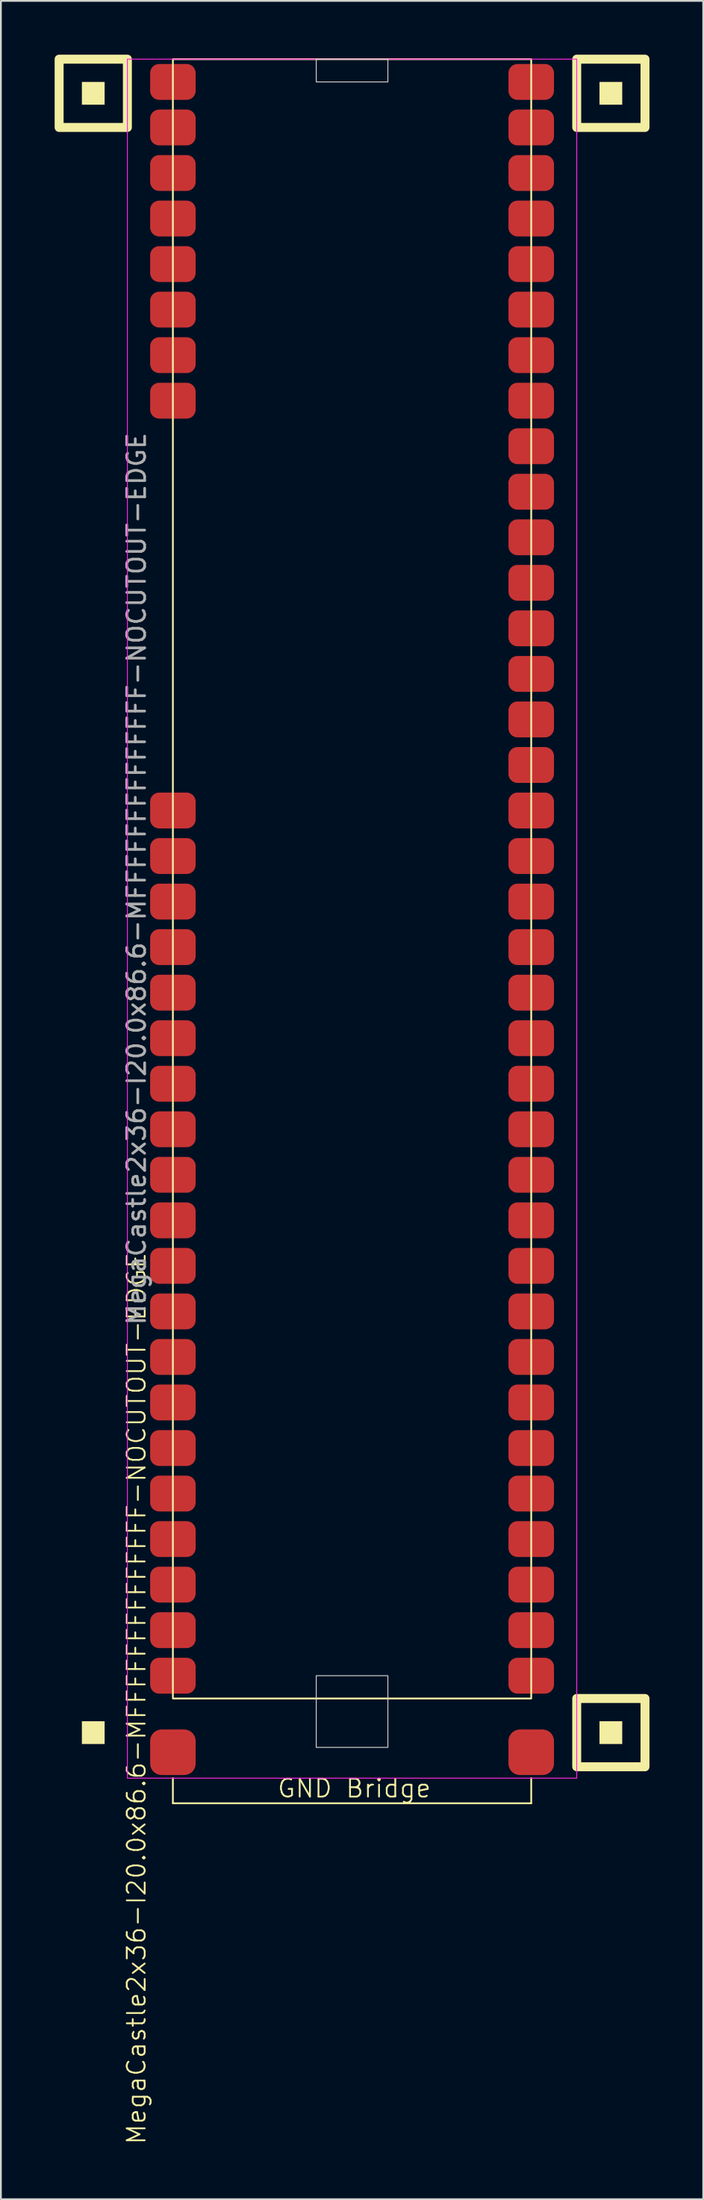
<source format=kicad_pcb>
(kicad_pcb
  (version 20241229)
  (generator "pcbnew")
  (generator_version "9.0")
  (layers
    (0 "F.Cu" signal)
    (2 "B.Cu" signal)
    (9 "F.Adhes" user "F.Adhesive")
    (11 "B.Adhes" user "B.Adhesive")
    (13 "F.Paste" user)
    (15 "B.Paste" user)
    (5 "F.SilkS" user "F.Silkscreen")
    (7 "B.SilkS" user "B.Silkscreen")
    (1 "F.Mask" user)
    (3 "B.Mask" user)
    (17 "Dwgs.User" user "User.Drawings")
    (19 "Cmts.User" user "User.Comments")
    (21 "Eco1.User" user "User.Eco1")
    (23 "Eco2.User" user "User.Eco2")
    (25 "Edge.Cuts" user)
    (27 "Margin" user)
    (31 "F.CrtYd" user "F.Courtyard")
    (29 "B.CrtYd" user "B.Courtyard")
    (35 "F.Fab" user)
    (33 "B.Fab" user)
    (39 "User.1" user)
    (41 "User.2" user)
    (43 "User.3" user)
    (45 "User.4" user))
  (footprint "MegaCastle2x36-I20.0x86.6-MFFFFFFFFFFFFFF-NOCUTOUT-EDGE"
    (layer "F.Cu")
    (at 16.6 45.97)
    (property "Reference" "MegaCastle2x36-I20.0x86.6-MFFFFFFFFFFFFFF-NOCUTOUT-EDGE" (at -12.032 45.72 90) (unlocked yes) (layer "F.SilkS") (effects (font (size 1 1) (thickness 0.1))))
    (attr smd)
    (fp_line (start -10 50.165) (end -10 51.565) (stroke (width 0.1) (type default)) (layer "F.SilkS"))
    (fp_line (start -10 51.565) (end 10 51.565) (stroke (width 0.1) (type default)) (layer "F.SilkS"))
    (fp_line (start 10 50.165) (end 10 51.565) (stroke (width 0.1) (type default)) (layer "F.SilkS"))
    (fp_rect (start -13.81 -43.18) (end -15.08 -44.45) (stroke (width 0) (type solid)) (fill yes) (layer "F.SilkS"))
    (fp_rect (start -13.81 48.26) (end -15.08 46.99) (stroke (width 0) (type solid)) (fill yes) (layer "F.SilkS"))
    (fp_rect (start -12.54 -41.91) (end -16.35 -45.72) (stroke (width 0.5) (type default)) (fill no) (layer "F.SilkS"))
    (fp_rect (start -10 -45.72) (end 10 45.72) (stroke (width 0.1) (type default)) (fill no) (layer "F.SilkS"))
    (fp_rect (start 15.08 -43.18) (end 13.81 -44.45) (stroke (width 0) (type solid)) (fill yes) (layer "F.SilkS"))
    (fp_rect (start 15.08 48.26) (end 13.81 46.99) (stroke (width 0) (type solid)) (fill yes) (layer "F.SilkS"))
    (fp_rect (start 16.35 -41.91) (end 12.54 -45.72) (stroke (width 0.5) (type default)) (fill no) (layer "F.SilkS"))
    (fp_rect (start 16.35 49.53) (end 12.54 45.72) (stroke (width 0.5) (type default)) (fill no) (layer "F.SilkS"))
    (fp_rect (start -2 -44.45) (end 2 -45.72) (stroke (width 0.05) (type default)) (fill no) (layer "Edge.Cuts"))
    (fp_rect (start -2 44.45) (end 2 48.45) (stroke (width 0.05) (type default)) (fill no) (layer "Edge.Cuts"))
    (fp_line (start -12.54 -45.72) (end -12.54 50.165) (stroke (width 0.05) (type default)) (layer "F.CrtYd"))
    (fp_line (start -12.54 50.165) (end 12.54 50.165) (stroke (width 0.05) (type default)) (layer "F.CrtYd"))
    (fp_line (start 12.54 -45.72) (end -12.54 -45.72) (stroke (width 0.05) (type default)) (layer "F.CrtYd"))
    (fp_line (start 12.54 -45.72) (end 12.54 50.165) (stroke (width 0.05) (type default)) (layer "F.CrtYd"))
    (fp_text user "GND Bridge" (at -4.226 51.32 0) (unlocked yes) (layer "F.SilkS") (effects (font (size 1 1) (thickness 0.1)) (justify left bottom)))
    (fp_text user "${REFERENCE}" (at -12.032 0 90) (unlocked yes) (layer "F.Fab") (effects (font (size 1 1) (thickness 0.15))))
    (pad "1" smd roundrect (at -10 -44.45) (size 2.54 2) (layers "F.Cu" "F.Mask" "F.Paste") (roundrect_rratio 0.25))
    (pad "2" smd roundrect (at -10 -41.91) (size 2.54 2) (layers "F.Cu" "F.Mask" "F.Paste") (roundrect_rratio 0.25))
    (pad "3" smd roundrect (at -10 -39.37) (size 2.54 2) (layers "F.Cu" "F.Mask" "F.Paste") (roundrect_rratio 0.25))
    (pad "4" smd roundrect (at -10 -36.83) (size 2.54 2) (layers "F.Cu" "F.Mask" "F.Paste") (roundrect_rratio 0.25))
    (pad "5" smd roundrect (at -10 -34.29) (size 2.54 2) (layers "F.Cu" "F.Mask" "F.Paste") (roundrect_rratio 0.25))
    (pad "6" smd roundrect (at -10 -31.75) (size 2.54 2) (layers "F.Cu" "F.Mask" "F.Paste") (roundrect_rratio 0.25))
    (pad "7" smd roundrect (at -10 -29.21) (size 2.54 2) (layers "F.Cu" "F.Mask" "F.Paste") (roundrect_rratio 0.25))
    (pad "8" smd roundrect (at -10 -26.67) (size 2.54 2) (layers "F.Cu" "F.Mask" "F.Paste") (roundrect_rratio 0.25))
    (pad "17" smd roundrect (at -10 -3.81) (size 2.54 2) (layers "F.Cu" "F.Mask" "F.Paste") (roundrect_rratio 0.25))
    (pad "18" smd roundrect (at -10 -1.27) (size 2.54 2) (layers "F.Cu" "F.Mask" "F.Paste") (roundrect_rratio 0.25))
    (pad "19" smd roundrect (at -10 1.27) (size 2.54 2) (layers "F.Cu" "F.Mask" "F.Paste") (roundrect_rratio 0.25))
    (pad "20" smd roundrect (at -10 3.81) (size 2.54 2) (layers "F.Cu" "F.Mask" "F.Paste") (roundrect_rratio 0.25))
    (pad "21" smd roundrect (at -10 6.35) (size 2.54 2) (layers "F.Cu" "F.Mask" "F.Paste") (roundrect_rratio 0.25))
    (pad "22" smd roundrect (at -10 8.89) (size 2.54 2) (layers "F.Cu" "F.Mask" "F.Paste") (roundrect_rratio 0.25))
    (pad "23" smd roundrect (at -10 11.43) (size 2.54 2) (layers "F.Cu" "F.Mask" "F.Paste") (roundrect_rratio 0.25))
    (pad "24" smd roundrect (at -10 13.97) (size 2.54 2) (layers "F.Cu" "F.Mask" "F.Paste") (roundrect_rratio 0.25))
    (pad "25" smd roundrect (at -10 16.51) (size 2.54 2) (layers "F.Cu" "F.Mask" "F.Paste") (roundrect_rratio 0.25))
    (pad "26" smd roundrect (at -10 19.05) (size 2.54 2) (layers "F.Cu" "F.Mask" "F.Paste") (roundrect_rratio 0.25))
    (pad "27" smd roundrect (at -10 21.59) (size 2.54 2) (layers "F.Cu" "F.Mask" "F.Paste") (roundrect_rratio 0.25))
    (pad "28" smd roundrect (at -10 24.13) (size 2.54 2) (layers "F.Cu" "F.Mask" "F.Paste") (roundrect_rratio 0.25))
    (pad "29" smd roundrect (at -10 26.67) (size 2.54 2) (layers "F.Cu" "F.Mask" "F.Paste") (roundrect_rratio 0.25))
    (pad "30" smd roundrect (at -10 29.21) (size 2.54 2) (layers "F.Cu" "F.Mask" "F.Paste") (roundrect_rratio 0.25))
    (pad "31" smd roundrect (at -10 31.75) (size 2.54 2) (layers "F.Cu" "F.Mask" "F.Paste") (roundrect_rratio 0.25))
    (pad "32" smd roundrect (at -10 34.29) (size 2.54 2) (layers "F.Cu" "F.Mask" "F.Paste") (roundrect_rratio 0.25))
    (pad "33" smd roundrect (at -10 36.83) (size 2.54 2) (layers "F.Cu" "F.Mask" "F.Paste") (roundrect_rratio 0.25))
    (pad "34" smd roundrect (at -10 39.37) (size 2.54 2) (layers "F.Cu" "F.Mask" "F.Paste") (roundrect_rratio 0.25))
    (pad "35" smd roundrect (at -10 41.91) (size 2.54 2) (layers "F.Cu" "F.Mask" "F.Paste") (roundrect_rratio 0.25))
    (pad "36" smd roundrect (at -10 44.45) (size 2.54 2) (layers "F.Cu" "F.Mask" "F.Paste") (roundrect_rratio 0.25))
    (pad "37" smd roundrect (at 10 -44.45) (size 2.54 2) (layers "F.Cu" "F.Mask" "F.Paste") (roundrect_rratio 0.25))
    (pad "38" smd roundrect (at 10 -41.91) (size 2.54 2) (layers "F.Cu" "F.Mask" "F.Paste") (roundrect_rratio 0.25))
    (pad "39" smd roundrect (at 10 -39.37) (size 2.54 2) (layers "F.Cu" "F.Mask" "F.Paste") (roundrect_rratio 0.25))
    (pad "40" smd roundrect (at 10 -36.83) (size 2.54 2) (layers "F.Cu" "F.Mask" "F.Paste") (roundrect_rratio 0.25))
    (pad "41" smd roundrect (at 10 -34.29) (size 2.54 2) (layers "F.Cu" "F.Mask" "F.Paste") (roundrect_rratio 0.25))
    (pad "42" smd roundrect (at 10 -31.75) (size 2.54 2) (layers "F.Cu" "F.Mask" "F.Paste") (roundrect_rratio 0.25))
    (pad "43" smd roundrect (at 10 -29.21) (size 2.54 2) (layers "F.Cu" "F.Mask" "F.Paste") (roundrect_rratio 0.25))
    (pad "44" smd roundrect (at 10 -26.67) (size 2.54 2) (layers "F.Cu" "F.Mask" "F.Paste") (roundrect_rratio 0.25))
    (pad "45" smd roundrect (at 10 -24.13) (size 2.54 2) (layers "F.Cu" "F.Mask" "F.Paste") (roundrect_rratio 0.25))
    (pad "46" smd roundrect (at 10 -21.59) (size 2.54 2) (layers "F.Cu" "F.Mask" "F.Paste") (roundrect_rratio 0.25))
    (pad "47" smd roundrect (at 10 -19.05) (size 2.54 2) (layers "F.Cu" "F.Mask" "F.Paste") (roundrect_rratio 0.25))
    (pad "48" smd roundrect (at 10 -16.51) (size 2.54 2) (layers "F.Cu" "F.Mask" "F.Paste") (roundrect_rratio 0.25))
    (pad "49" smd roundrect (at 10 -13.97) (size 2.54 2) (layers "F.Cu" "F.Mask" "F.Paste") (roundrect_rratio 0.25))
    (pad "50" smd roundrect (at 10 -11.43) (size 2.54 2) (layers "F.Cu" "F.Mask" "F.Paste") (roundrect_rratio 0.25))
    (pad "51" smd roundrect (at 10 -8.89) (size 2.54 2) (layers "F.Cu" "F.Mask" "F.Paste") (roundrect_rratio 0.25))
    (pad "52" smd roundrect (at 10 -6.35) (size 2.54 2) (layers "F.Cu" "F.Mask" "F.Paste") (roundrect_rratio 0.25))
    (pad "53" smd roundrect (at 10 -3.81) (size 2.54 2) (layers "F.Cu" "F.Mask" "F.Paste") (roundrect_rratio 0.25))
    (pad "54" smd roundrect (at 10 -1.27) (size 2.54 2) (layers "F.Cu" "F.Mask" "F.Paste") (roundrect_rratio 0.25))
    (pad "55" smd roundrect (at 10 1.27) (size 2.54 2) (layers "F.Cu" "F.Mask" "F.Paste") (roundrect_rratio 0.25))
    (pad "56" smd roundrect (at 10 3.81) (size 2.54 2) (layers "F.Cu" "F.Mask" "F.Paste") (roundrect_rratio 0.25))
    (pad "57" smd roundrect (at 10 6.35) (size 2.54 2) (layers "F.Cu" "F.Mask" "F.Paste") (roundrect_rratio 0.25))
    (pad "58" smd roundrect (at 10 8.89) (size 2.54 2) (layers "F.Cu" "F.Mask" "F.Paste") (roundrect_rratio 0.25))
    (pad "59" smd roundrect (at 10 11.43) (size 2.54 2) (layers "F.Cu" "F.Mask" "F.Paste") (roundrect_rratio 0.25))
    (pad "60" smd roundrect (at 10 13.97) (size 2.54 2) (layers "F.Cu" "F.Mask" "F.Paste") (roundrect_rratio 0.25))
    (pad "61" smd roundrect (at 10 16.51) (size 2.54 2) (layers "F.Cu" "F.Mask" "F.Paste") (roundrect_rratio 0.25))
    (pad "62" smd roundrect (at 10 19.05) (size 2.54 2) (layers "F.Cu" "F.Mask" "F.Paste") (roundrect_rratio 0.25))
    (pad "63" smd roundrect (at 10 21.59) (size 2.54 2) (layers "F.Cu" "F.Mask" "F.Paste") (roundrect_rratio 0.25))
    (pad "64" smd roundrect (at 10 24.13) (size 2.54 2) (layers "F.Cu" "F.Mask" "F.Paste") (roundrect_rratio 0.25))
    (pad "65" smd roundrect (at 10 26.67) (size 2.54 2) (layers "F.Cu" "F.Mask" "F.Paste") (roundrect_rratio 0.25))
    (pad "66" smd roundrect (at 10 29.21) (size 2.54 2) (layers "F.Cu" "F.Mask" "F.Paste") (roundrect_rratio 0.25))
    (pad "67" smd roundrect (at 10 31.75) (size 2.54 2) (layers "F.Cu" "F.Mask" "F.Paste") (roundrect_rratio 0.25))
    (pad "68" smd roundrect (at 10 34.29) (size 2.54 2) (layers "F.Cu" "F.Mask" "F.Paste") (roundrect_rratio 0.25))
    (pad "69" smd roundrect (at 10 36.83) (size 2.54 2) (layers "F.Cu" "F.Mask" "F.Paste") (roundrect_rratio 0.25))
    (pad "70" smd roundrect (at 10 39.37) (size 2.54 2) (layers "F.Cu" "F.Mask" "F.Paste") (roundrect_rratio 0.25))
    (pad "71" smd roundrect (at 10 41.91) (size 2.54 2) (layers "F.Cu" "F.Mask" "F.Paste") (roundrect_rratio 0.25))
    (pad "72" smd roundrect (at 10 44.45) (size 2.54 2) (layers "F.Cu" "F.Mask" "F.Paste") (roundrect_rratio 0.25))
    (pad "B1" smd roundrect (at -10 48.72) (size 2.54 2.54) (layers "F.Cu" "F.Mask" "F.Paste") (roundrect_rratio 0.25))
    (pad "B2" smd roundrect (at 10 48.72) (size 2.54 2.54) (layers "F.Cu" "F.Mask" "F.Paste") (roundrect_rratio 0.25)))
  (gr_rect
    (start -3 -3)
    (end 36.2 119.621)
    (stroke (width 0.1) (type default))
    (fill no)
    (layer "Edge.Cuts")))
</source>
